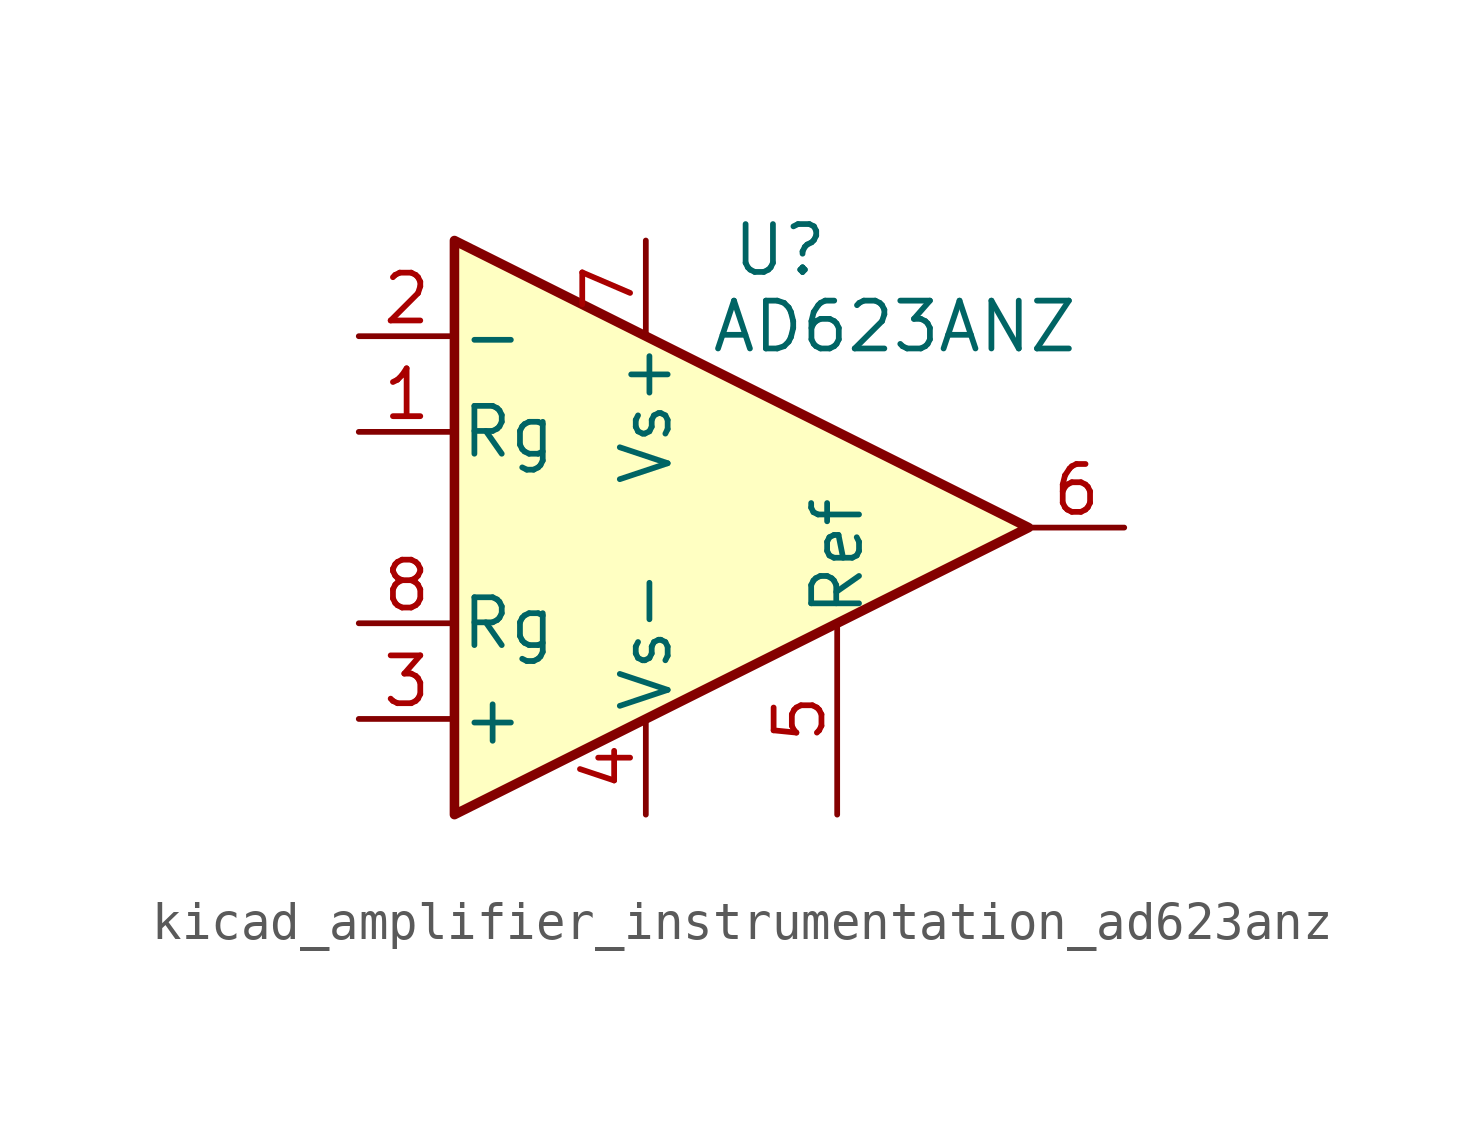
<source format=kicad_sym>
(kicad_symbol_lib
  (version 20220914)
  (generator kicad_symbol_editor)
  (symbol "kicad_amplifier_instrumentation_ad623anz"
    (pin_names
      (offset 0.127))
    (property "Reference" "U"
      (at 3.556 7.366 0)
      (effects (font (size 1.27 1.27))))
    (property "Value" "AD623ANZ"
      (at 6.604 5.334 0)
      (effects (font (size 1.27 1.27))))
    (symbol "kicad_amplifier_instrumentation_ad623anz_0_1"
      (polyline (pts (xy -5.08 7.62) (xy -5.08 -7.62) (xy 10.16 0) (xy -5.08 7.62)) (stroke (width 0.254) (type default)) (fill (type background))))
    (symbol "kicad_amplifier_instrumentation_ad623anz_1_1"
      (pin passive line (at -7.62 2.54 0) (length 2.54) (name "Rg" (effects (font (size 1.27 1.27)))) (number "1" (effects (font (size 1.27 1.27)))))
      (pin input line (at -7.62 5.08 0) (length 2.54) (name "-" (effects (font (size 1.27 1.27)))) (number "2" (effects (font (size 1.27 1.27)))))
      (pin input line (at -7.62 -5.08 0) (length 2.54) (name "+" (effects (font (size 1.27 1.27)))) (number "3" (effects (font (size 1.27 1.27)))))
      (pin power_in line (at 0 -7.62 90) (length 2.54) (name "Vs-" (effects (font (size 1.27 1.27)))) (number "4" (effects (font (size 1.27 1.27)))))
      (pin passive line (at 5.08 -7.62 90) (length 5.08) (name "Ref" (effects (font (size 1.27 1.27)))) (number "5" (effects (font (size 1.27 1.27)))))
      (pin output line (at 12.7 0 180) (length 2.54) (name "~" (effects (font (size 1.27 1.27)))) (number "6" (effects (font (size 1.27 1.27)))))
      (pin power_in line (at 0 7.62 270) (length 2.54) (name "Vs+" (effects (font (size 1.27 1.27)))) (number "7" (effects (font (size 1.27 1.27)))))
      (pin passive line (at -7.62 -2.54 0) (length 2.54) (name "Rg" (effects (font (size 1.27 1.27)))) (number "8" (effects (font (size 1.27 1.27))))))))
</source>
